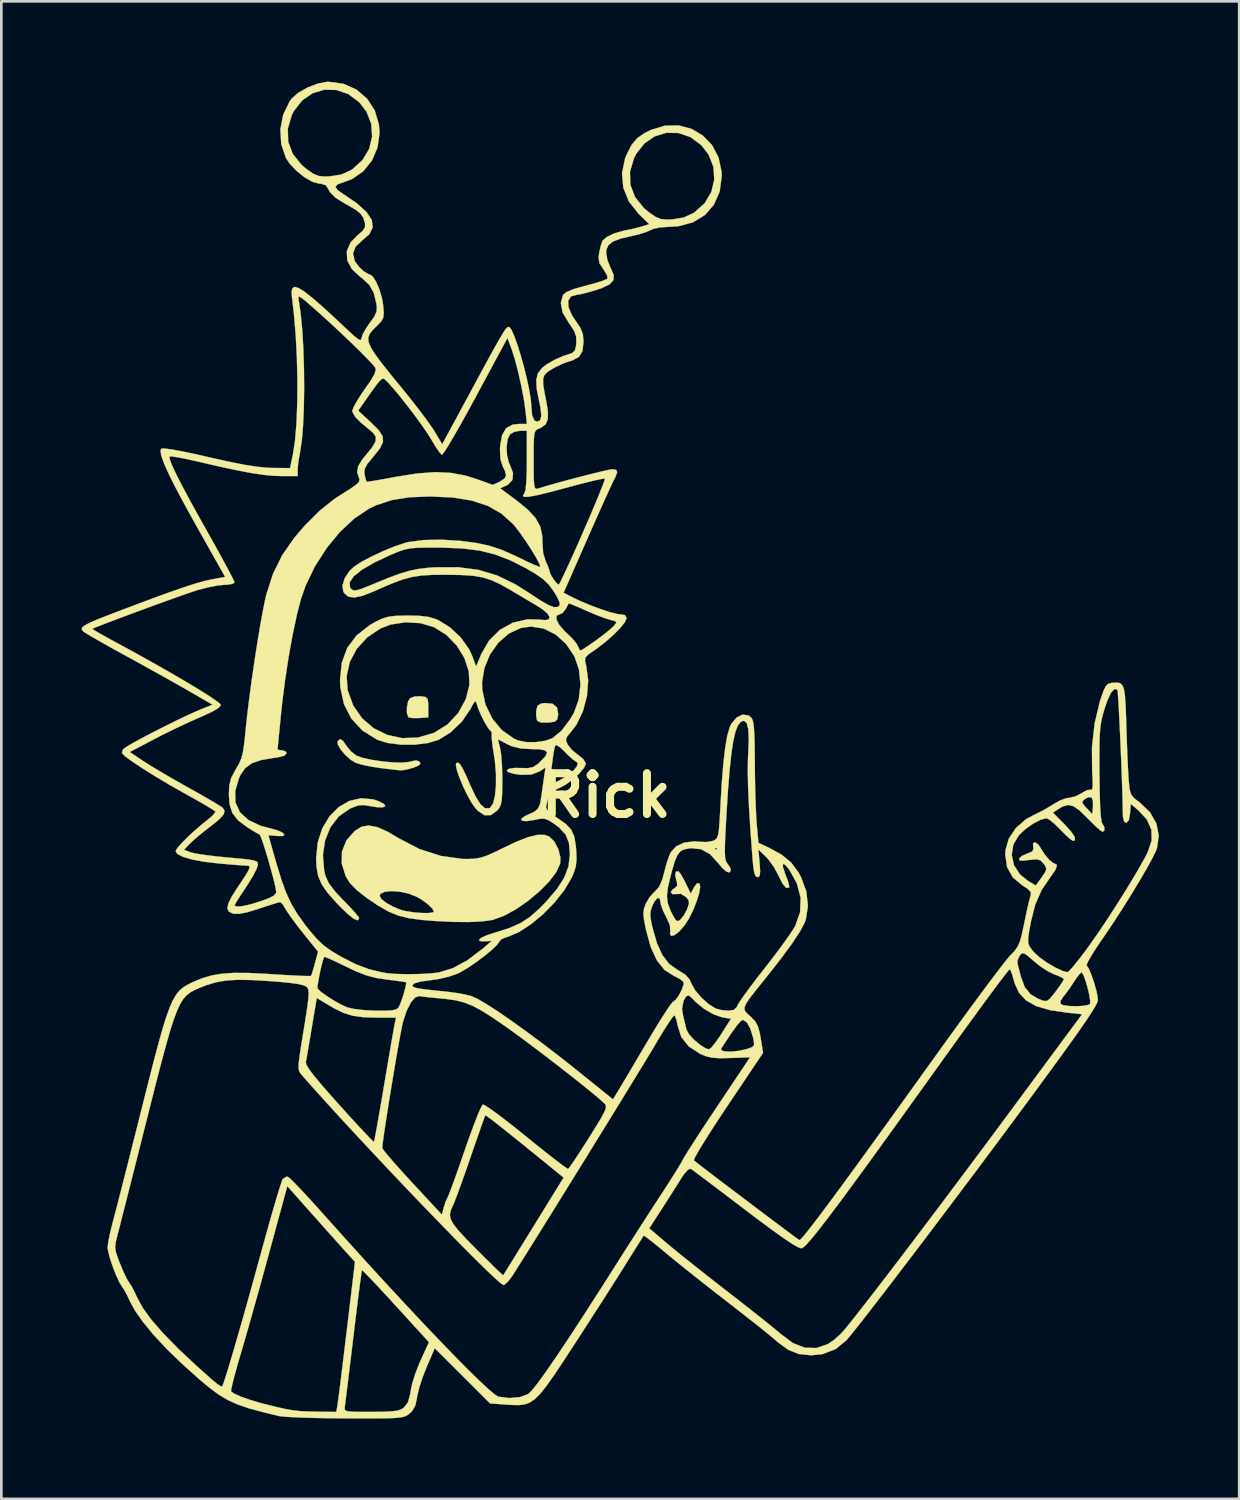
<source format=kicad_pcb>
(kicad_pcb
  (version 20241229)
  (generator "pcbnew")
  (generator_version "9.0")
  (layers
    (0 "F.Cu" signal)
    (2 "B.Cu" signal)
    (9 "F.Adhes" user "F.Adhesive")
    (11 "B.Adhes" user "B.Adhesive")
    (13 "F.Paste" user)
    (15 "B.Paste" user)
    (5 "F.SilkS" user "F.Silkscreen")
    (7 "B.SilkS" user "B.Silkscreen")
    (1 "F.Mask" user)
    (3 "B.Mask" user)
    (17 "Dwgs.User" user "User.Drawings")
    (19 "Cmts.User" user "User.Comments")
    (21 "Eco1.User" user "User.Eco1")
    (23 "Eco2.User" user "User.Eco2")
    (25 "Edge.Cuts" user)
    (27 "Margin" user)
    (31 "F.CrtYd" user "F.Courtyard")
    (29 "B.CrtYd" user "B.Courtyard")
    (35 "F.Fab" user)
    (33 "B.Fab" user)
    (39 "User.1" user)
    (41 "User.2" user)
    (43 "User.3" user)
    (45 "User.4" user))
  (footprint "Rick"
    (layer "F.Cu")
    (at 19.598 26.674)
    (property "Reference" "Rick" (at 0 0 0) (layer "F.SilkS") (effects (font (size 1.524 1.524) (thickness 0.3))))
    (attr through_hole)
    (fp_poly (pts (xy -6.927 -3.71) (xy -6.754 -3.683) (xy -6.673 -3.613) (xy -6.648 -3.451) (xy -6.646 -3.302) (xy -6.646 -2.921) (xy -6.988 -2.896) (xy -7.218 -2.894) (xy -7.37 -2.919) (xy -7.39 -2.931) (xy -7.445 -3.08) (xy -7.445 -3.304) (xy -7.399 -3.521) (xy -7.329 -3.636) (xy -7.164 -3.699) (xy -6.934 -3.711) (xy -6.927 -3.71)) (stroke (width 0.01) (type solid)) (fill yes) (layer "F.SilkS"))
    (fp_poly (pts (xy -2.007 -3.432) (xy -1.837 -3.295) (xy -1.792 -3.043) (xy -1.795 -3.013) (xy -1.826 -2.847) (xy -1.91 -2.766) (xy -2.099 -2.732) (xy -2.181 -2.726) (xy -2.442 -2.729) (xy -2.572 -2.793) (xy -2.589 -2.824) (xy -2.616 -2.999) (xy -2.61 -3.189) (xy -2.563 -3.36) (xy -2.438 -3.435) (xy -2.302 -3.456) (xy -2.007 -3.432)) (stroke (width 0.01) (type solid)) (fill yes) (layer "F.SilkS"))
    (fp_poly (pts (xy -9.838 -2.051) (xy -9.708 -1.862) (xy -9.534 -1.647) (xy -9.329 -1.491) (xy -9.092 -1.407) (xy -8.751 -1.333) (xy -8.357 -1.275) (xy -7.963 -1.239) (xy -7.618 -1.23) (xy -7.374 -1.254) (xy -7.335 -1.266) (xy -7.1 -1.317) (xy -6.965 -1.262) (xy -6.943 -1.184) (xy -7.016 -1.118) (xy -7.195 -1.043) (xy -7.42 -0.979) (xy -7.629 -0.943) (xy -7.705 -0.943) (xy -7.847 -0.958) (xy -8.105 -0.988) (xy -8.425 -1.027) (xy -8.46 -1.032) (xy -8.812 -1.087) (xy -9.133 -1.155) (xy -9.356 -1.223) (xy -9.359 -1.224) (xy -9.559 -1.347) (xy -9.761 -1.531) (xy -9.93 -1.736) (xy -10.031 -1.919) (xy -10.035 -2.028) (xy -9.944 -2.109) (xy -9.838 -2.051)) (stroke (width 0.01) (type solid)) (fill yes) (layer "F.SilkS"))
    (fp_poly (pts (xy -8.695 0.144) (xy -8.491 0.214) (xy -8.295 0.32) (xy -8.252 0.399) (xy -8.347 0.441) (xy -8.566 0.435) (xy -8.771 0.401) (xy -9.055 0.355) (xy -9.269 0.371) (xy -9.507 0.459) (xy -9.596 0.501) (xy -9.998 0.786) (xy -10.304 1.187) (xy -10.502 1.676) (xy -10.583 2.224) (xy -10.536 2.802) (xy -10.489 3.002) (xy -10.37 3.263) (xy -10.135 3.577) (xy -9.812 3.921) (xy -9.563 4.178) (xy -9.367 4.394) (xy -9.25 4.54) (xy -9.229 4.581) (xy -9.278 4.662) (xy -9.423 4.608) (xy -9.66 4.421) (xy -9.987 4.103) (xy -10.059 4.027) (xy -10.401 3.643) (xy -10.629 3.315) (xy -10.763 2.998) (xy -10.825 2.647) (xy -10.837 2.336) (xy -10.776 1.746) (xy -10.604 1.221) (xy -10.338 0.778) (xy -9.996 0.432) (xy -9.596 0.201) (xy -9.157 0.1) (xy -8.695 0.144)) (stroke (width 0.01) (type solid)) (fill yes) (layer "F.SilkS"))
    (fp_poly (pts (xy -8.553 1.178) (xy -8.161 1.353) (xy -7.737 1.604) (xy -6.983 1.996) (xy -6.179 2.255) (xy -5.368 2.367) (xy -5.199 2.371) (xy -4.922 2.36) (xy -4.68 2.319) (xy -4.421 2.23) (xy -4.091 2.079) (xy -3.922 1.995) (xy -3.36 1.727) (xy -2.917 1.554) (xy -2.573 1.469) (xy -2.309 1.468) (xy -2.133 1.529) (xy -1.938 1.717) (xy -1.787 2.003) (xy -1.709 2.317) (xy -1.719 2.545) (xy -1.864 2.861) (xy -2.133 3.215) (xy -2.495 3.581) (xy -2.916 3.934) (xy -3.367 4.246) (xy -3.813 4.49) (xy -4.224 4.642) (xy -4.259 4.65) (xy -4.633 4.702) (xy -5.141 4.726) (xy -5.748 4.72) (xy -6.42 4.685) (xy -6.885 4.647) (xy -7.364 4.584) (xy -7.767 4.485) (xy -8.144 4.328) (xy -8.55 4.093) (xy -8.944 3.825) (xy -9.043 3.748) (xy -8.466 3.748) (xy -8.391 3.872) (xy -8.201 4.02) (xy -7.941 4.163) (xy -7.656 4.276) (xy -7.507 4.314) (xy -7.188 4.364) (xy -6.88 4.388) (xy -6.624 4.388) (xy -6.466 4.362) (xy -6.435 4.333) (xy -6.501 4.214) (xy -6.672 4.052) (xy -6.9 3.885) (xy -7.082 3.78) (xy -7.384 3.663) (xy -7.71 3.593) (xy -8.019 3.57) (xy -8.274 3.595) (xy -8.432 3.67) (xy -8.466 3.748) (xy -9.043 3.748) (xy -9.321 3.531) (xy -9.575 3.268) (xy -9.727 3.026) (xy -9.881 2.544) (xy -9.871 2.087) (xy -9.701 1.669) (xy -9.392 1.32) (xy -9.144 1.166) (xy -8.873 1.118) (xy -8.553 1.178)) (stroke (width 0.01) (type solid)) (fill yes) (layer "F.SilkS"))
    (fp_poly (pts (xy -9.819 -26.594) (xy -9.329 -26.377) (xy -8.932 -26.037) (xy -8.646 -25.596) (xy -8.49 -25.07) (xy -8.467 -24.755) (xy -8.542 -24.213) (xy -8.751 -23.727) (xy -9.075 -23.325) (xy -9.492 -23.035) (xy -9.783 -22.926) (xy -10.031 -22.839) (xy -10.116 -22.745) (xy -10.038 -22.624) (xy -9.831 -22.479) (xy -9.31 -22.124) (xy -8.953 -21.8) (xy -8.757 -21.503) (xy -8.722 -21.23) (xy -8.845 -20.976) (xy -9.101 -20.753) (xy -9.363 -20.509) (xy -9.46 -20.245) (xy -9.393 -19.972) (xy -9.246 -19.766) (xy -9.058 -19.587) (xy -8.885 -19.484) (xy -8.842 -19.476) (xy -8.724 -19.397) (xy -8.595 -19.194) (xy -8.473 -18.91) (xy -8.377 -18.588) (xy -8.331 -18.318) (xy -8.308 -18.035) (xy -8.326 -17.856) (xy -8.406 -17.715) (xy -8.567 -17.548) (xy -8.586 -17.531) (xy -8.737 -17.378) (xy -8.841 -17.241) (xy -8.89 -17.1) (xy -8.875 -16.939) (xy -8.79 -16.737) (xy -8.626 -16.478) (xy -8.377 -16.142) (xy -8.034 -15.712) (xy -7.613 -15.198) (xy -7.284 -14.789) (xy -6.969 -14.384) (xy -6.696 -14.019) (xy -6.491 -13.728) (xy -6.417 -13.612) (xy -6.125 -13.127) (xy -5.039 -15.136) (xy -4.681 -15.799) (xy -4.394 -16.327) (xy -4.169 -16.736) (xy -3.997 -17.04) (xy -3.871 -17.254) (xy -3.78 -17.394) (xy -3.716 -17.472) (xy -3.669 -17.506) (xy -3.633 -17.509) (xy -3.621 -17.505) (xy -3.539 -17.405) (xy -3.434 -17.171) (xy -3.314 -16.836) (xy -3.188 -16.432) (xy -3.066 -15.992) (xy -2.957 -15.548) (xy -2.87 -15.132) (xy -2.813 -14.777) (xy -2.796 -14.548) (xy -2.766 -14.2) (xy -2.679 -14.01) (xy -2.582 -13.97) (xy -2.467 -14.021) (xy -2.424 -14.186) (xy -2.452 -14.48) (xy -2.507 -14.745) (xy -2.596 -15.199) (xy -2.612 -15.533) (xy -2.548 -15.78) (xy -2.397 -15.976) (xy -2.223 -16.11) (xy -1.925 -16.281) (xy -1.606 -16.421) (xy -1.503 -16.455) (xy -1.278 -16.532) (xy -1.169 -16.627) (xy -1.127 -16.798) (xy -1.117 -16.909) (xy -1.121 -17.144) (xy -1.189 -17.348) (xy -1.345 -17.59) (xy -1.392 -17.653) (xy -1.626 -18.048) (xy -1.694 -18.406) (xy -1.611 -18.707) (xy -1.476 -18.816) (xy -1.183 -18.933) (xy -0.763 -19.05) (xy -0.424 -19.14) (xy -0.15 -19.226) (xy 0.018 -19.294) (xy 0.051 -19.317) (xy 0.034 -19.428) (xy -0.065 -19.607) (xy -0.111 -19.672) (xy -0.249 -19.89) (xy -0.284 -20.093) (xy -0.26 -20.289) (xy -0.205 -20.53) (xy -0.148 -20.704) (xy -0.136 -20.729) (xy 0.026 -20.872) (xy 0.305 -21.005) (xy 0.646 -21.103) (xy 0.72 -21.117) (xy 1.021 -21.179) (xy 1.307 -21.254) (xy 1.333 -21.262) (xy 1.607 -21.349) (xy 1.203 -21.744) (xy 0.845 -22.203) (xy 0.639 -22.715) (xy 0.591 -23.256) (xy 0.603 -23.312) (xy 0.89 -23.312) (xy 0.904 -22.82) (xy 1.078 -22.361) (xy 1.41 -21.949) (xy 1.602 -21.789) (xy 1.846 -21.621) (xy 2.045 -21.539) (xy 2.279 -21.52) (xy 2.469 -21.528) (xy 2.895 -21.597) (xy 3.254 -21.761) (xy 3.298 -21.789) (xy 3.682 -22.134) (xy 3.93 -22.553) (xy 4.039 -23.015) (xy 4.007 -23.489) (xy 3.829 -23.945) (xy 3.556 -24.299) (xy 3.148 -24.602) (xy 2.702 -24.755) (xy 2.247 -24.762) (xy 1.813 -24.63) (xy 1.427 -24.364) (xy 1.118 -23.97) (xy 1.043 -23.823) (xy 0.89 -23.312) (xy 0.603 -23.312) (xy 0.706 -23.805) (xy 0.769 -23.959) (xy 0.953 -24.313) (xy 1.155 -24.557) (xy 1.429 -24.749) (xy 1.651 -24.861) (xy 2.182 -25.027) (xy 2.701 -25.039) (xy 3.185 -24.913) (xy 3.611 -24.661) (xy 3.957 -24.301) (xy 4.198 -23.845) (xy 4.312 -23.31) (xy 4.318 -23.147) (xy 4.242 -22.571) (xy 4.029 -22.081) (xy 3.691 -21.692) (xy 3.243 -21.417) (xy 2.7 -21.271) (xy 2.383 -21.251) (xy 2.041 -21.231) (xy 1.77 -21.176) (xy 1.669 -21.132) (xy 1.485 -21.051) (xy 1.204 -20.964) (xy 0.974 -20.911) (xy 0.54 -20.809) (xy 0.251 -20.699) (xy 0.082 -20.565) (xy 0.008 -20.392) (xy 0 -20.28) (xy 0.045 -20.011) (xy 0.155 -19.731) (xy 0.175 -19.695) (xy 0.284 -19.447) (xy 0.271 -19.254) (xy 0.123 -19.097) (xy -0.174 -18.956) (xy -0.391 -18.884) (xy -0.695 -18.796) (xy -0.948 -18.734) (xy -1.093 -18.711) (xy -1.312 -18.652) (xy -1.418 -18.49) (xy -1.407 -18.247) (xy -1.28 -17.947) (xy -1.143 -17.743) (xy -0.96 -17.474) (xy -0.871 -17.24) (xy -0.847 -16.964) (xy -0.847 -16.946) (xy -0.886 -16.606) (xy -1.022 -16.385) (xy -1.28 -16.25) (xy -1.391 -16.22) (xy -1.616 -16.14) (xy -1.893 -16.008) (xy -2.005 -15.946) (xy -2.191 -15.828) (xy -2.305 -15.713) (xy -2.356 -15.563) (xy -2.351 -15.343) (xy -2.296 -15.016) (xy -2.242 -14.751) (xy -2.175 -14.34) (xy -2.18 -14.055) (xy -2.265 -13.865) (xy -2.439 -13.741) (xy -2.503 -13.714) (xy -2.587 -13.677) (xy -2.644 -13.621) (xy -2.68 -13.517) (xy -2.7 -13.337) (xy -2.708 -13.051) (xy -2.709 -12.63) (xy -2.709 -12.527) (xy -2.708 -12.077) (xy -2.702 -11.771) (xy -2.686 -11.582) (xy -2.657 -11.487) (xy -2.611 -11.458) (xy -2.544 -11.471) (xy -2.235 -11.564) (xy -1.846 -11.675) (xy -1.413 -11.793) (xy -0.97 -11.91) (xy -0.549 -12.017) (xy -0.187 -12.106) (xy 0.083 -12.167) (xy 0.227 -12.192) (xy 0.232 -12.192) (xy 0.378 -12.168) (xy 0.412 -12.075) (xy 0.339 -11.886) (xy 0.291 -11.797) (xy 0.222 -11.655) (xy 0.095 -11.382) (xy -0.077 -11.002) (xy -0.285 -10.538) (xy -0.518 -10.015) (xy -0.715 -9.567) (xy -1.59 -7.578) (xy -1.313 -7.433) (xy -0.975 -7.271) (xy -0.589 -7.109) (xy -0.198 -6.963) (xy 0.153 -6.849) (xy 0.419 -6.783) (xy 0.51 -6.773) (xy 0.699 -6.743) (xy 0.761 -6.639) (xy 0.762 -6.622) (xy 0.698 -6.476) (xy 0.526 -6.261) (xy 0.275 -6.006) (xy -0.026 -5.741) (xy -0.346 -5.494) (xy -0.438 -5.431) (xy -0.661 -5.276) (xy -0.77 -5.164) (xy -0.791 -5.045) (xy -0.751 -4.868) (xy -0.746 -4.848) (xy -0.671 -4.309) (xy -0.716 -3.728) (xy -0.867 -3.155) (xy -1.112 -2.646) (xy -1.337 -2.351) (xy -1.474 -2.185) (xy -1.503 -2.06) (xy -1.439 -1.905) (xy -1.438 -1.903) (xy -1.287 -1.713) (xy -1.071 -1.532) (xy -1.042 -1.514) (xy -0.861 -1.366) (xy -0.766 -1.217) (xy -0.762 -1.189) (xy -0.829 -1.032) (xy -1.002 -0.827) (xy -1.241 -0.608) (xy -1.505 -0.413) (xy -1.755 -0.278) (xy -1.806 -0.259) (xy -2.044 -0.141) (xy -2.157 0.031) (xy -2.167 0.07) (xy -2.217 0.289) (xy -2.25 0.423) (xy -2.198 0.546) (xy -2.006 0.716) (xy -1.835 0.832) (xy -1.512 1.056) (xy -1.309 1.271) (xy -1.192 1.528) (xy -1.133 1.882) (xy -1.119 2.048) (xy -1.106 2.397) (xy -1.137 2.661) (xy -1.225 2.922) (xy -1.297 3.082) (xy -1.565 3.536) (xy -1.928 3.994) (xy -2.352 4.428) (xy -2.806 4.806) (xy -3.255 5.099) (xy -3.668 5.276) (xy -3.741 5.295) (xy -3.918 5.369) (xy -3.995 5.46) (xy -4.081 5.583) (xy -4.275 5.769) (xy -4.543 5.99) (xy -4.849 6.22) (xy -5.16 6.431) (xy -5.439 6.597) (xy -5.546 6.651) (xy -5.861 6.761) (xy -6.253 6.853) (xy -6.577 6.901) (xy -6.932 6.95) (xy -7.157 7.014) (xy -7.228 7.07) (xy -7.234 7.118) (xy -7.196 7.156) (xy -7.091 7.19) (xy -6.896 7.224) (xy -6.587 7.262) (xy -6.142 7.309) (xy -5.927 7.331) (xy -5.574 7.378) (xy -5.233 7.442) (xy -5.038 7.491) (xy -4.81 7.594) (xy -4.469 7.793) (xy -4.034 8.074) (xy -3.522 8.427) (xy -2.95 8.838) (xy -2.337 9.294) (xy -1.699 9.784) (xy -1.089 10.268) (xy 0.254 11.35) (xy 0.425 11.072) (xy 0.519 10.916) (xy 0.683 10.641) (xy 0.902 10.273) (xy 1.158 9.839) (xy 1.437 9.365) (xy 1.505 9.251) (xy 1.778 8.793) (xy 2.026 8.389) (xy 2.236 8.06) (xy 2.296 7.971) (xy 2.834 7.971) (xy 2.869 8.199) (xy 2.937 8.477) (xy 2.996 8.731) (xy 2.999 8.743) (xy 3.093 8.915) (xy 3.279 9.119) (xy 3.504 9.311) (xy 3.718 9.446) (xy 3.844 9.483) (xy 3.871 9.461) (xy 4.293 9.461) (xy 4.316 9.529) (xy 4.465 9.564) (xy 4.698 9.566) (xy 4.975 9.535) (xy 5.249 9.473) (xy 5.45 9.404) (xy 5.527 9.32) (xy 5.516 9.161) (xy 5.491 9.046) (xy 5.386 8.705) (xy 5.255 8.474) (xy 5.115 8.382) (xy 5.105 8.382) (xy 5.019 8.434) (xy 4.878 8.598) (xy 4.672 8.884) (xy 4.394 9.304) (xy 4.293 9.461) (xy 3.871 9.461) (xy 3.93 9.416) (xy 4.076 9.238) (xy 4.253 8.985) (xy 4.3 8.911) (xy 4.663 8.34) (xy 4.317 8.28) (xy 4.002 8.17) (xy 3.654 7.966) (xy 3.337 7.707) (xy 3.22 7.581) (xy 3.09 7.466) (xy 2.989 7.5) (xy 2.891 7.669) (xy 2.834 7.971) (xy 2.296 7.971) (xy 2.393 7.828) (xy 2.485 7.714) (xy 2.498 7.705) (xy 2.598 7.633) (xy 2.719 7.461) (xy 2.828 7.249) (xy 2.893 7.059) (xy 2.89 6.962) (xy 2.777 6.867) (xy 2.577 6.759) (xy 2.535 6.741) (xy 2.183 6.517) (xy 1.895 6.159) (xy 1.664 5.659) (xy 1.485 5.005) (xy 1.477 4.969) (xy 1.414 4.635) (xy 1.398 4.476) (xy 1.648 4.476) (xy 1.681 4.712) (xy 1.73 4.933) (xy 1.899 5.521) (xy 2.102 5.965) (xy 2.352 6.287) (xy 2.663 6.512) (xy 2.678 6.519) (xy 2.957 6.69) (xy 3.118 6.871) (xy 3.185 7.025) (xy 3.321 7.272) (xy 3.553 7.545) (xy 3.828 7.792) (xy 4.094 7.957) (xy 4.106 7.962) (xy 4.313 8.014) (xy 4.553 8.038) (xy 4.767 8.011) (xy 4.883 7.896) (xy 4.908 7.839) (xy 4.985 7.707) (xy 5.149 7.47) (xy 5.381 7.153) (xy 5.663 6.782) (xy 5.913 6.463) (xy 6.235 6.049) (xy 6.536 5.647) (xy 6.792 5.291) (xy 6.98 5.011) (xy 7.061 4.877) (xy 7.245 4.36) (xy 7.266 3.821) (xy 7.124 3.277) (xy 6.843 2.773) (xy 6.69 2.588) (xy 6.608 2.552) (xy 6.602 2.657) (xy 6.677 2.895) (xy 6.705 2.965) (xy 6.795 3.209) (xy 6.838 3.384) (xy 6.833 3.439) (xy 6.726 3.449) (xy 6.592 3.294) (xy 6.431 2.974) (xy 6.429 2.97) (xy 6.264 2.665) (xy 6.054 2.377) (xy 5.971 2.287) (xy 5.687 2.013) (xy 5.734 2.53) (xy 5.753 2.821) (xy 5.741 2.98) (xy 5.691 3.042) (xy 5.652 3.048) (xy 5.583 3.01) (xy 5.532 2.878) (xy 5.493 2.623) (xy 5.468 2.349) (xy 5.39 1.299) (xy 5.335 0.405) (xy 5.302 -0.344) (xy 5.29 -0.957) (xy 5.3 -1.446) (xy 5.307 -1.568) (xy 5.328 -2.106) (xy 5.309 -2.486) (xy 5.249 -2.713) (xy 5.147 -2.794) (xy 5.139 -2.794) (xy 5.022 -2.752) (xy 4.919 -2.618) (xy 4.829 -2.382) (xy 4.748 -2.032) (xy 4.677 -1.558) (xy 4.612 -0.949) (xy 4.551 -0.194) (xy 4.493 0.719) (xy 4.486 0.837) (xy 4.456 1.396) (xy 4.438 1.811) (xy 4.434 2.106) (xy 4.444 2.305) (xy 4.468 2.432) (xy 4.508 2.513) (xy 4.527 2.537) (xy 4.631 2.692) (xy 4.657 2.78) (xy 4.613 2.875) (xy 4.495 2.844) (xy 4.328 2.697) (xy 4.191 2.53) (xy 3.878 2.189) (xy 3.548 2.005) (xy 3.403 1.99) (xy 4.064 1.99) (xy 4.106 2.032) (xy 4.149 1.99) (xy 4.106 1.947) (xy 4.064 1.99) (xy 3.403 1.99) (xy 3.178 1.966) (xy 3.105 1.974) (xy 2.913 2.012) (xy 2.771 2.085) (xy 2.662 2.223) (xy 2.564 2.453) (xy 2.46 2.806) (xy 2.4 3.034) (xy 2.304 3.446) (xy 2.27 3.756) (xy 2.302 4.019) (xy 2.401 4.292) (xy 2.492 4.477) (xy 2.597 4.652) (xy 2.681 4.694) (xy 2.77 4.641) (xy 2.894 4.488) (xy 3.015 4.266) (xy 3.024 4.245) (xy 3.094 4.043) (xy 3.08 3.913) (xy 2.993 3.796) (xy 2.79 3.673) (xy 2.655 3.679) (xy 2.477 3.683) (xy 2.412 3.612) (xy 2.484 3.506) (xy 2.535 3.474) (xy 2.65 3.378) (xy 2.645 3.235) (xy 2.621 3.166) (xy 2.578 2.969) (xy 2.607 2.842) (xy 2.696 2.829) (xy 2.708 2.835) (xy 2.783 2.932) (xy 2.897 3.13) (xy 2.969 3.271) (xy 3.159 3.663) (xy 3.28 3.431) (xy 3.393 3.277) (xy 3.488 3.285) (xy 3.514 3.417) (xy 3.472 3.655) (xy 3.378 3.959) (xy 3.246 4.289) (xy 3.09 4.601) (xy 2.93 4.851) (xy 2.729 5.078) (xy 2.556 5.214) (xy 2.432 5.247) (xy 2.383 5.169) (xy 2.397 5.075) (xy 2.38 4.843) (xy 2.241 4.533) (xy 2.239 4.53) (xy 2.115 4.281) (xy 2.041 4.061) (xy 2.032 3.993) (xy 1.999 3.839) (xy 1.916 3.829) (xy 1.806 3.954) (xy 1.73 4.107) (xy 1.665 4.296) (xy 1.648 4.476) (xy 1.398 4.476) (xy 1.392 4.408) (xy 1.411 4.234) (xy 1.473 4.057) (xy 1.476 4.047) (xy 1.62 3.8) (xy 1.801 3.6) (xy 1.821 3.585) (xy 1.975 3.416) (xy 2.094 3.144) (xy 2.162 2.895) (xy 2.248 2.571) (xy 2.344 2.278) (xy 2.412 2.12) (xy 2.617 1.895) (xy 2.932 1.753) (xy 3.31 1.711) (xy 3.475 1.727) (xy 3.745 1.737) (xy 3.98 1.696) (xy 4.005 1.686) (xy 4.087 1.641) (xy 4.145 1.574) (xy 4.186 1.457) (xy 4.215 1.261) (xy 4.238 0.957) (xy 4.262 0.517) (xy 4.266 0.437) (xy 4.319 -0.468) (xy 4.38 -1.212) (xy 4.449 -1.803) (xy 4.528 -2.25) (xy 4.619 -2.56) (xy 4.674 -2.678) (xy 4.875 -2.915) (xy 5.101 -3.025) (xy 5.318 -2.993) (xy 5.405 -2.929) (xy 5.455 -2.858) (xy 5.493 -2.743) (xy 5.519 -2.562) (xy 5.536 -2.29) (xy 5.547 -1.903) (xy 5.553 -1.377) (xy 5.554 -1.203) (xy 5.56 -0.643) (xy 5.572 -0.086) (xy 5.589 0.423) (xy 5.609 0.841) (xy 5.626 1.074) (xy 5.689 1.767) (xy 6.083 1.95) (xy 6.556 2.208) (xy 6.906 2.496) (xy 7.175 2.855) (xy 7.283 3.051) (xy 7.479 3.586) (xy 7.539 4.125) (xy 7.461 4.626) (xy 7.415 4.752) (xy 7.243 5.076) (xy 6.954 5.516) (xy 6.549 6.069) (xy 6.03 6.732) (xy 5.934 6.851) (xy 5.608 7.255) (xy 5.379 7.55) (xy 5.236 7.76) (xy 5.171 7.908) (xy 5.174 8.018) (xy 5.237 8.114) (xy 5.35 8.219) (xy 5.389 8.252) (xy 5.561 8.426) (xy 5.668 8.614) (xy 5.741 8.88) (xy 5.773 9.059) (xy 5.863 9.61) (xy 4.535 11.59) (xy 4.194 12.103) (xy 3.89 12.572) (xy 3.635 12.976) (xy 3.44 13.299) (xy 3.315 13.522) (xy 3.274 13.627) (xy 3.275 13.631) (xy 3.375 13.711) (xy 3.585 13.873) (xy 3.884 14.102) (xy 4.252 14.383) (xy 4.668 14.698) (xy 5.111 15.033) (xy 5.56 15.372) (xy 5.995 15.7) (xy 6.394 15.999) (xy 6.737 16.256) (xy 7.003 16.454) (xy 7.172 16.576) (xy 7.221 16.61) (xy 7.283 16.564) (xy 7.423 16.403) (xy 7.643 16.126) (xy 7.946 15.731) (xy 8.333 15.214) (xy 8.806 14.573) (xy 9.367 13.805) (xy 10.018 12.908) (xy 10.761 11.879) (xy 11.597 10.716) (xy 12.207 9.866) (xy 12.71 9.167) (xy 13.194 8.5) (xy 13.648 7.879) (xy 14.06 7.321) (xy 14.42 6.838) (xy 14.718 6.446) (xy 14.859 6.265) (xy 15.365 6.265) (xy 15.406 6.422) (xy 15.469 6.666) (xy 15.497 6.773) (xy 15.639 7.158) (xy 15.851 7.42) (xy 16.129 7.586) (xy 16.32 7.665) (xy 16.448 7.679) (xy 16.561 7.609) (xy 16.709 7.434) (xy 16.802 7.311) (xy 16.964 7.09) (xy 17.073 6.923) (xy 17.103 6.859) (xy 17.03 6.8) (xy 16.848 6.718) (xy 16.755 6.686) (xy 16.502 6.565) (xy 16.206 6.37) (xy 15.989 6.195) (xy 15.764 5.998) (xy 15.626 5.902) (xy 15.541 5.892) (xy 15.47 5.954) (xy 15.451 5.979) (xy 15.37 6.155) (xy 15.365 6.265) (xy 14.859 6.265) (xy 14.941 6.159) (xy 15.08 5.993) (xy 15.101 5.972) (xy 15.259 5.807) (xy 15.37 5.652) (xy 15.454 5.465) (xy 15.527 5.204) (xy 15.608 4.827) (xy 15.626 4.741) (xy 15.705 4.361) (xy 15.779 4.034) (xy 15.837 3.802) (xy 15.865 3.715) (xy 15.863 3.604) (xy 15.742 3.48) (xy 15.556 3.361) (xy 15.196 3.062) (xy 14.98 2.677) (xy 14.912 2.217) (xy 15.152 2.217) (xy 15.236 2.598) (xy 15.455 2.941) (xy 15.763 3.19) (xy 16.053 3.361) (xy 16.274 3.053) (xy 16.406 2.858) (xy 16.446 2.736) (xy 16.402 2.625) (xy 16.346 2.546) (xy 16.235 2.427) (xy 16.103 2.382) (xy 15.888 2.395) (xy 15.793 2.408) (xy 15.548 2.435) (xy 15.437 2.417) (xy 15.428 2.357) (xy 15.528 2.259) (xy 15.721 2.173) (xy 15.735 2.169) (xy 15.921 2.09) (xy 15.967 1.984) (xy 15.958 1.942) (xy 15.947 1.786) (xy 16.022 1.745) (xy 16.137 1.821) (xy 16.208 1.923) (xy 16.38 2.194) (xy 16.559 2.408) (xy 16.71 2.528) (xy 16.756 2.54) (xy 16.843 2.593) (xy 16.8 2.749) (xy 16.63 3.004) (xy 16.604 3.036) (xy 16.267 3.536) (xy 16.031 4.074) (xy 15.874 4.693) (xy 15.802 5.075) (xy 15.766 5.333) (xy 15.77 5.508) (xy 15.819 5.641) (xy 15.918 5.775) (xy 16.007 5.877) (xy 16.205 6.056) (xy 16.48 6.249) (xy 16.78 6.424) (xy 17.052 6.552) (xy 17.237 6.601) (xy 17.316 6.537) (xy 17.473 6.358) (xy 17.688 6.09) (xy 17.941 5.755) (xy 18.057 5.595) (xy 18.402 5.103) (xy 18.779 4.539) (xy 19.163 3.941) (xy 19.531 3.349) (xy 19.86 2.799) (xy 20.125 2.33) (xy 20.224 2.141) (xy 20.38 1.691) (xy 20.372 1.275) (xy 20.198 0.89) (xy 19.879 0.547) (xy 19.6 0.313) (xy 19.574 0.664) (xy 19.529 0.919) (xy 19.441 1.015) (xy 19.426 1.016) (xy 19.346 0.962) (xy 19.308 0.782) (xy 19.301 0.614) (xy 19.296 0.292) (xy 19.285 -0.128) (xy 19.269 -0.619) (xy 19.249 -1.154) (xy 19.226 -1.708) (xy 19.202 -2.255) (xy 19.178 -2.767) (xy 19.155 -3.22) (xy 19.134 -3.586) (xy 19.115 -3.839) (xy 19.102 -3.954) (xy 19.1 -3.958) (xy 18.986 -3.98) (xy 18.859 -3.838) (xy 18.72 -3.537) (xy 18.622 -3.247) (xy 18.553 -3.011) (xy 18.502 -2.796) (xy 18.467 -2.571) (xy 18.444 -2.306) (xy 18.432 -1.97) (xy 18.428 -1.532) (xy 18.429 -0.963) (xy 18.43 -0.816) (xy 18.439 -0.135) (xy 18.456 0.397) (xy 18.481 0.775) (xy 18.513 0.992) (xy 18.534 1.042) (xy 18.614 1.18) (xy 18.614 1.308) (xy 18.548 1.355) (xy 18.457 1.297) (xy 18.284 1.144) (xy 18.061 0.925) (xy 17.985 0.847) (xy 17.689 0.558) (xy 17.458 0.397) (xy 17.258 0.351) (xy 17.055 0.409) (xy 16.919 0.489) (xy 16.693 0.638) (xy 17.11 1.057) (xy 17.366 1.339) (xy 17.504 1.545) (xy 17.518 1.666) (xy 17.445 1.693) (xy 17.35 1.636) (xy 17.179 1.484) (xy 16.969 1.272) (xy 16.967 1.27) (xy 16.751 1.056) (xy 16.566 0.904) (xy 16.453 0.847) (xy 16.234 0.903) (xy 15.954 1.049) (xy 15.666 1.252) (xy 15.424 1.478) (xy 15.422 1.48) (xy 15.213 1.833) (xy 15.152 2.217) (xy 14.912 2.217) (xy 14.911 2.208) (xy 14.919 2.043) (xy 15.041 1.614) (xy 15.304 1.217) (xy 15.679 0.889) (xy 15.982 0.724) (xy 16.304 0.566) (xy 16.627 0.379) (xy 16.72 0.318) (xy 16.774 0.288) (xy 17.799 0.288) (xy 17.905 0.42) (xy 17.949 0.467) (xy 18.161 0.693) (xy 18.188 0.42) (xy 18.186 0.209) (xy 18.144 0.076) (xy 18.141 0.074) (xy 18.023 0.059) (xy 17.902 0.12) (xy 17.801 0.207) (xy 17.799 0.288) (xy 16.774 0.288) (xy 16.973 0.176) (xy 17.216 0.094) (xy 17.295 0.085) (xy 17.529 0.034) (xy 17.767 -0.089) (xy 17.775 -0.095) (xy 17.961 -0.199) (xy 18.101 -0.22) (xy 18.114 -0.214) (xy 18.159 -0.233) (xy 18.178 -0.374) (xy 18.172 -0.653) (xy 18.157 -0.903) (xy 18.15 -1.798) (xy 18.25 -2.697) (xy 18.449 -3.53) (xy 18.475 -3.61) (xy 18.582 -3.913) (xy 18.668 -4.09) (xy 18.761 -4.177) (xy 18.886 -4.209) (xy 18.923 -4.213) (xy 19.081 -4.221) (xy 19.2 -4.2) (xy 19.285 -4.127) (xy 19.343 -3.982) (xy 19.382 -3.744) (xy 19.407 -3.39) (xy 19.426 -2.9) (xy 19.436 -2.576) (xy 19.453 -2.042) (xy 19.473 -1.524) (xy 19.494 -1.066) (xy 19.513 -0.706) (xy 19.526 -0.53) (xy 19.558 -0.234) (xy 19.612 -0.047) (xy 19.72 0.093) (xy 19.913 0.245) (xy 19.945 0.267) (xy 20.32 0.625) (xy 20.557 1.044) (xy 20.647 1.498) (xy 20.58 1.96) (xy 20.539 2.071) (xy 20.41 2.337) (xy 20.204 2.712) (xy 19.94 3.167) (xy 19.635 3.672) (xy 19.308 4.196) (xy 18.977 4.709) (xy 18.66 5.181) (xy 18.555 5.332) (xy 18.316 5.684) (xy 18.125 5.987) (xy 17.998 6.213) (xy 17.949 6.338) (xy 17.953 6.352) (xy 18.031 6.465) (xy 18.127 6.691) (xy 18.226 6.978) (xy 18.311 7.275) (xy 18.363 7.529) (xy 18.373 7.637) (xy 18.35 7.724) (xy 18.277 7.871) (xy 18.147 8.085) (xy 17.955 8.378) (xy 17.694 8.757) (xy 17.357 9.231) (xy 16.939 9.811) (xy 16.433 10.503) (xy 15.834 11.319) (xy 15.608 11.624) (xy 15.024 12.414) (xy 14.416 13.231) (xy 13.795 14.062) (xy 13.17 14.894) (xy 12.552 15.714) (xy 11.951 16.509) (xy 11.377 17.266) (xy 10.839 17.971) (xy 10.347 18.613) (xy 9.912 19.176) (xy 9.543 19.65) (xy 9.251 20.019) (xy 9.045 20.272) (xy 8.98 20.347) (xy 8.575 20.681) (xy 8.087 20.869) (xy 7.662 20.913) (xy 7.202 20.866) (xy 6.803 20.709) (xy 6.409 20.42) (xy 6.35 20.367) (xy 6.196 20.236) (xy 5.933 20.021) (xy 5.582 19.741) (xy 5.17 19.417) (xy 4.72 19.066) (xy 4.53 18.918) (xy 4.029 18.529) (xy 3.518 18.128) (xy 3.031 17.741) (xy 2.603 17.396) (xy 2.267 17.122) (xy 2.215 17.077) (xy 1.91 16.825) (xy 1.656 16.621) (xy 1.478 16.486) (xy 1.402 16.44) (xy 1.401 16.44) (xy 1.351 16.518) (xy 1.228 16.714) (xy 1.048 17.001) (xy 0.827 17.354) (xy 0.72 17.526) (xy 0.488 17.895) (xy 0.185 18.373) (xy -0.168 18.925) (xy -0.55 19.518) (xy -0.938 20.119) (xy -1.217 20.549) (xy -1.627 21.177) (xy -1.961 21.678) (xy -2.235 22.064) (xy -2.464 22.35) (xy -2.665 22.55) (xy -2.854 22.678) (xy -3.046 22.748) (xy -3.257 22.774) (xy -3.504 22.77) (xy -3.732 22.755) (xy -4.337 22.712) (xy -6.404 20.65) (xy -6.708 21.353) (xy -6.856 21.728) (xy -6.978 22.103) (xy -7.053 22.411) (xy -7.064 22.477) (xy -7.129 22.788) (xy -7.252 22.999) (xy -7.346 23.087) (xy -7.422 23.145) (xy -7.504 23.19) (xy -7.615 23.223) (xy -7.775 23.246) (xy -8.007 23.261) (xy -8.331 23.269) (xy -8.77 23.272) (xy -9.344 23.271) (xy -9.737 23.27) (xy -10.344 23.264) (xy -10.913 23.254) (xy -11.416 23.238) (xy -11.825 23.22) (xy -12.113 23.199) (xy -12.234 23.181) (xy -12.852 23.03) (xy -13.353 22.893) (xy -13.768 22.751) (xy -14.13 22.588) (xy -14.472 22.385) (xy -14.639 22.262) (xy -14.016 22.262) (xy -13.899 22.345) (xy -13.657 22.453) (xy -13.328 22.571) (xy -12.951 22.685) (xy -12.827 22.717) (xy -12.352 22.836) (xy -11.992 22.918) (xy -11.701 22.969) (xy -11.43 22.999) (xy -11.133 23.013) (xy -10.862 23.019) (xy -10.083 23.029) (xy -10.064 22.919) (xy -9.774 22.919) (xy -9.748 22.972) (xy -9.661 23.005) (xy -9.486 23.021) (xy -9.195 23.027) (xy -8.772 23.027) (xy -8.325 23.022) (xy -8.013 23.008) (xy -7.803 22.98) (xy -7.662 22.934) (xy -7.556 22.864) (xy -7.553 22.862) (xy -7.409 22.674) (xy -7.324 22.378) (xy -7.306 22.251) (xy -7.244 21.959) (xy -7.127 21.587) (xy -6.977 21.203) (xy -6.937 21.113) (xy -6.621 20.424) (xy -7.86 19.065) (xy -8.223 18.669) (xy -8.546 18.321) (xy -8.814 18.038) (xy -9.008 17.839) (xy -9.112 17.74) (xy -9.125 17.732) (xy -9.141 17.82) (xy -9.174 18.054) (xy -9.222 18.414) (xy -9.281 18.879) (xy -9.349 19.428) (xy -9.423 20.038) (xy -9.443 20.203) (xy -9.519 20.837) (xy -9.59 21.422) (xy -9.653 21.937) (xy -9.705 22.357) (xy -9.743 22.661) (xy -9.764 22.824) (xy -9.767 22.839) (xy -9.774 22.919) (xy -10.064 22.919) (xy -10.036 22.754) (xy -10.015 22.602) (xy -9.976 22.305) (xy -9.923 21.887) (xy -9.86 21.372) (xy -9.788 20.783) (xy -9.711 20.145) (xy -9.687 19.95) (xy -9.385 17.422) (xy -9.589 17.199) (xy -9.71 17.065) (xy -9.921 16.829) (xy -10.2 16.517) (xy -10.526 16.152) (xy -10.854 15.784) (xy -11.914 14.593) (xy -12.572 17.012) (xy -12.764 17.714) (xy -12.966 18.444) (xy -13.167 19.161) (xy -13.355 19.827) (xy -13.521 20.404) (xy -13.642 20.816) (xy -13.775 21.274) (xy -13.886 21.676) (xy -13.967 21.993) (xy -14.011 22.198) (xy -14.016 22.262) (xy -14.639 22.262) (xy -14.826 22.124) (xy -15.225 21.789) (xy -15.703 21.36) (xy -15.901 21.178) (xy -16.431 20.665) (xy -16.907 20.152) (xy -17.309 19.664) (xy -17.614 19.229) (xy -17.786 18.909) (xy -17.908 18.649) (xy -18.024 18.441) (xy -18.073 18.373) (xy -18.187 18.19) (xy -18.32 17.9) (xy -18.45 17.561) (xy -18.557 17.23) (xy -18.619 16.965) (xy -18.627 16.883) (xy -18.625 16.867) (xy -18.346 16.867) (xy -18.322 17.05) (xy -18.244 17.283) (xy -18.16 17.498) (xy -18.032 17.801) (xy -17.911 18.052) (xy -17.823 18.199) (xy -17.819 18.203) (xy -17.722 18.353) (xy -17.599 18.592) (xy -17.532 18.74) (xy -17.321 19.131) (xy -16.999 19.577) (xy -16.558 20.085) (xy -15.992 20.663) (xy -15.294 21.318) (xy -14.708 21.84) (xy -14.519 21.993) (xy -14.386 22.078) (xy -14.351 22.084) (xy -14.307 21.981) (xy -14.223 21.73) (xy -14.103 21.345) (xy -13.953 20.841) (xy -13.776 20.232) (xy -13.576 19.534) (xy -13.358 18.761) (xy -13.127 17.928) (xy -12.9 17.103) (xy -12.722 16.455) (xy -12.554 15.857) (xy -12.402 15.33) (xy -12.273 14.893) (xy -12.172 14.567) (xy -12.105 14.372) (xy -12.084 14.326) (xy -11.952 14.243) (xy -11.893 14.242) (xy -11.808 14.31) (xy -11.63 14.486) (xy -11.376 14.751) (xy -11.066 15.086) (xy -10.718 15.471) (xy -10.622 15.579) (xy -9.81 16.485) (xy -9.018 17.36) (xy -8.255 18.194) (xy -7.527 18.98) (xy -6.845 19.709) (xy -6.215 20.37) (xy -5.647 20.957) (xy -5.149 21.461) (xy -4.729 21.871) (xy -4.395 22.181) (xy -4.157 22.381) (xy -4.022 22.462) (xy -3.609 22.511) (xy -3.213 22.473) (xy -2.916 22.363) (xy -2.782 22.235) (xy -2.564 21.962) (xy -2.262 21.547) (xy -1.878 20.99) (xy -1.413 20.294) (xy -0.868 19.46) (xy -0.243 18.49) (xy 0.459 17.386) (xy 0.504 17.314) (xy 0.809 16.835) (xy 1.169 16.273) (xy 1.237 16.168) (xy 1.61 16.168) (xy 2.261 16.723) (xy 2.518 16.937) (xy 2.881 17.231) (xy 3.32 17.581) (xy 3.806 17.966) (xy 4.312 18.361) (xy 4.567 18.56) (xy 5.044 18.93) (xy 5.491 19.282) (xy 5.888 19.596) (xy 6.21 19.855) (xy 6.435 20.04) (xy 6.519 20.113) (xy 6.976 20.455) (xy 7.42 20.631) (xy 7.859 20.641) (xy 8.28 20.497) (xy 8.519 20.334) (xy 8.777 20.1) (xy 8.897 19.967) (xy 9.173 19.626) (xy 9.538 19.162) (xy 9.984 18.589) (xy 10.499 17.919) (xy 11.073 17.167) (xy 11.696 16.346) (xy 12.358 15.469) (xy 13.048 14.55) (xy 13.757 13.602) (xy 14.474 12.64) (xy 14.963 11.98) (xy 17.783 8.17) (xy 17.236 8.114) (xy 16.58 8.016) (xy 16.07 7.867) (xy 15.92 7.783) (xy 16.972 7.783) (xy 17.085 7.835) (xy 17.306 7.864) (xy 17.576 7.872) (xy 17.835 7.856) (xy 18.024 7.819) (xy 18.08 7.783) (xy 18.086 7.666) (xy 18.051 7.449) (xy 17.988 7.184) (xy 17.912 6.921) (xy 17.835 6.712) (xy 17.772 6.608) (xy 17.761 6.604) (xy 17.684 6.67) (xy 17.556 6.838) (xy 17.474 6.964) (xy 17.305 7.219) (xy 17.139 7.442) (xy 17.083 7.508) (xy 16.98 7.667) (xy 16.972 7.783) (xy 15.92 7.783) (xy 15.691 7.656) (xy 15.427 7.373) (xy 15.26 7.009) (xy 15.235 6.92) (xy 15.167 6.68) (xy 15.105 6.518) (xy 15.081 6.484) (xy 15.023 6.544) (xy 14.877 6.73) (xy 14.65 7.028) (xy 14.355 7.425) (xy 13.998 7.91) (xy 13.591 8.469) (xy 13.141 9.089) (xy 12.66 9.758) (xy 12.503 9.978) (xy 11.657 11.157) (xy 10.904 12.205) (xy 10.238 13.128) (xy 9.655 13.932) (xy 9.149 14.624) (xy 8.716 15.21) (xy 8.35 15.698) (xy 8.047 16.093) (xy 7.802 16.403) (xy 7.61 16.633) (xy 7.465 16.792) (xy 7.363 16.884) (xy 7.3 16.917) (xy 7.185 16.884) (xy 6.967 16.761) (xy 6.641 16.544) (xy 6.201 16.23) (xy 5.641 15.815) (xy 5.19 15.473) (xy 4.69 15.093) (xy 4.231 14.745) (xy 3.832 14.443) (xy 3.509 14.2) (xy 3.282 14.031) (xy 3.169 13.948) (xy 3.161 13.944) (xy 3.06 13.975) (xy 2.91 14.143) (xy 2.814 14.287) (xy 2.657 14.538) (xy 2.443 14.875) (xy 2.207 15.244) (xy 2.088 15.429) (xy 1.61 16.168) (xy 1.237 16.168) (xy 1.544 15.691) (xy 1.897 15.148) (xy 2.003 14.986) (xy 2.271 14.572) (xy 2.51 14.197) (xy 2.702 13.888) (xy 2.83 13.672) (xy 2.875 13.587) (xy 2.94 13.472) (xy 3.086 13.237) (xy 3.3 12.904) (xy 3.567 12.492) (xy 3.876 12.024) (xy 4.161 11.597) (xy 5.376 9.779) (xy 4.632 9.806) (xy 4.237 9.813) (xy 3.954 9.794) (xy 3.73 9.742) (xy 3.513 9.651) (xy 3.085 9.373) (xy 2.806 9.021) (xy 2.672 8.6) (xy 2.624 8.371) (xy 2.568 8.232) (xy 2.543 8.213) (xy 2.478 8.282) (xy 2.346 8.473) (xy 2.162 8.761) (xy 1.943 9.12) (xy 1.817 9.335) (xy 1.67 9.582) (xy 1.444 9.954) (xy 1.151 10.434) (xy 0.803 11.003) (xy 0.41 11.642) (xy -0.016 12.334) (xy -0.464 13.06) (xy -0.922 13.801) (xy -1.38 14.54) (xy -1.826 15.259) (xy -2.248 15.938) (xy -2.636 16.561) (xy -2.978 17.107) (xy -3.263 17.561) (xy -3.479 17.902) (xy -3.524 17.971) (xy -3.67 18.163) (xy -3.799 18.276) (xy -3.836 18.288) (xy -3.931 18.228) (xy -4.13 18.055) (xy -4.421 17.781) (xy -4.792 17.418) (xy -5.232 16.979) (xy -5.729 16.474) (xy -6.272 15.916) (xy -6.518 15.662) (xy -5.84 15.662) (xy -5.808 15.83) (xy -5.7 16.025) (xy -5.504 16.27) (xy -5.208 16.588) (xy -4.851 16.95) (xy -4.522 17.279) (xy -4.237 17.56) (xy -4.016 17.773) (xy -3.881 17.899) (xy -3.846 17.925) (xy -3.8 17.851) (xy -3.677 17.653) (xy -3.488 17.349) (xy -3.248 16.959) (xy -2.966 16.504) (xy -2.711 16.091) (xy -1.59 14.274) (xy -1.802 14.101) (xy -2.525 13.513) (xy -3.123 13.028) (xy -3.606 12.64) (xy -3.978 12.343) (xy -4.248 12.133) (xy -4.422 12.004) (xy -4.507 11.949) (xy -4.518 11.948) (xy -4.552 12.034) (xy -4.631 12.256) (xy -4.748 12.588) (xy -4.893 13.005) (xy -5.058 13.482) (xy -5.076 13.537) (xy -5.249 14.035) (xy -5.411 14.491) (xy -5.551 14.876) (xy -5.659 15.159) (xy -5.724 15.312) (xy -5.725 15.315) (xy -5.808 15.498) (xy -5.84 15.662) (xy -6.518 15.662) (xy -6.851 15.317) (xy -7.452 14.689) (xy -8.065 14.043) (xy -8.678 13.391) (xy -8.901 13.152) (xy -8.366 13.152) (xy -8.365 13.172) (xy -8.302 13.268) (xy -8.141 13.465) (xy -7.9 13.743) (xy -7.599 14.08) (xy -7.255 14.456) (xy -7.239 14.473) (xy -6.138 15.66) (xy -6.067 15.386) (xy -5.999 15.172) (xy -5.932 15.031) (xy -5.93 15.028) (xy -5.884 14.926) (xy -5.793 14.688) (xy -5.665 14.34) (xy -5.511 13.907) (xy -5.34 13.413) (xy -5.288 13.263) (xy -5.112 12.76) (xy -4.947 12.313) (xy -4.804 11.947) (xy -4.692 11.686) (xy -4.62 11.554) (xy -4.608 11.543) (xy -4.516 11.583) (xy -4.313 11.717) (xy -4.02 11.93) (xy -3.656 12.208) (xy -3.241 12.537) (xy -2.994 12.737) (xy -2.561 13.087) (xy -2.171 13.397) (xy -1.844 13.652) (xy -1.598 13.836) (xy -1.452 13.936) (xy -1.421 13.949) (xy -1.357 13.874) (xy -1.221 13.679) (xy -1.029 13.39) (xy -0.798 13.031) (xy -0.642 12.785) (xy -0.374 12.355) (xy -0.187 12.044) (xy -0.071 11.829) (xy -0.015 11.687) (xy -0.009 11.594) (xy -0.042 11.528) (xy -0.068 11.499) (xy -0.25 11.335) (xy -0.544 11.089) (xy -0.924 10.781) (xy -1.368 10.43) (xy -1.849 10.055) (xy -2.344 9.674) (xy -2.829 9.308) (xy -3.277 8.975) (xy -3.666 8.693) (xy -3.735 8.645) (xy -4.241 8.297) (xy -4.648 8.039) (xy -4.992 7.855) (xy -5.307 7.73) (xy -5.63 7.649) (xy -5.993 7.598) (xy -6.197 7.579) (xy -6.527 7.548) (xy -6.808 7.517) (xy -6.982 7.492) (xy -6.987 7.491) (xy -7.138 7.542) (xy -7.298 7.732) (xy -7.451 8.033) (xy -7.58 8.417) (xy -7.62 8.58) (xy -7.674 8.851) (xy -7.744 9.231) (xy -7.826 9.694) (xy -7.914 10.211) (xy -8.005 10.758) (xy -8.095 11.307) (xy -8.178 11.831) (xy -8.251 12.304) (xy -8.31 12.7) (xy -8.35 12.992) (xy -8.366 13.152) (xy -8.901 13.152) (xy -9.28 12.746) (xy -9.86 12.12) (xy -10.405 11.523) (xy -10.906 10.969) (xy -11.349 10.468) (xy -11.378 10.435) (xy -11.437 10.363) (xy -11.476 10.285) (xy -11.493 10.178) (xy -11.489 10.013) (xy -11.482 9.954) (xy -11.22 9.954) (xy -11.202 10.049) (xy -11.113 10.205) (xy -10.943 10.435) (xy -10.683 10.751) (xy -10.321 11.167) (xy -9.981 11.548) (xy -9.613 11.955) (xy -9.285 12.313) (xy -9.012 12.606) (xy -8.81 12.816) (xy -8.696 12.926) (xy -8.677 12.938) (xy -8.655 12.85) (xy -8.61 12.618) (xy -8.546 12.266) (xy -8.467 11.815) (xy -8.376 11.29) (xy -8.307 10.879) (xy -8.208 10.297) (xy -8.116 9.757) (xy -8.036 9.286) (xy -7.97 8.91) (xy -7.925 8.658) (xy -7.909 8.572) (xy -7.853 8.297) (xy -8.562 8.297) (xy -9.068 8.282) (xy -9.465 8.228) (xy -9.814 8.121) (xy -10.174 7.944) (xy -10.342 7.846) (xy -10.813 7.562) (xy -10.999 8.671) (xy -11.071 9.099) (xy -11.136 9.478) (xy -11.187 9.772) (xy -11.218 9.941) (xy -11.22 9.954) (xy -11.482 9.954) (xy -11.46 9.766) (xy -11.407 9.411) (xy -11.328 8.922) (xy -11.301 8.761) (xy -11.215 8.223) (xy -11.156 7.828) (xy -11.123 7.55) (xy -11.115 7.364) (xy -11.13 7.248) (xy -11.147 7.211) (xy -10.786 7.211) (xy -10.785 7.212) (xy -10.669 7.325) (xy -10.45 7.482) (xy -10.18 7.654) (xy -9.906 7.807) (xy -9.679 7.913) (xy -9.672 7.915) (xy -9.438 7.97) (xy -9.096 8.012) (xy -8.707 8.035) (xy -8.587 8.037) (xy -8.22 8.037) (xy -7.986 8.024) (xy -7.848 7.991) (xy -7.769 7.93) (xy -7.723 7.853) (xy -7.653 7.681) (xy -7.578 7.45) (xy -7.513 7.217) (xy -7.474 7.04) (xy -7.474 6.977) (xy -7.561 6.959) (xy -7.776 6.928) (xy -8.079 6.889) (xy -8.207 6.873) (xy -8.609 6.811) (xy -8.962 6.718) (xy -9.334 6.573) (xy -9.717 6.392) (xy -10.046 6.232) (xy -10.313 6.109) (xy -10.486 6.037) (xy -10.535 6.025) (xy -10.578 6.137) (xy -10.636 6.354) (xy -10.697 6.624) (xy -10.75 6.893) (xy -10.783 7.107) (xy -10.786 7.211) (xy -11.147 7.211) (xy -11.165 7.174) (xy -11.186 7.15) (xy -11.296 7.092) (xy -11.51 7.041) (xy -11.849 6.995) (xy -12.329 6.95) (xy -12.607 6.93) (xy -13.256 6.892) (xy -13.775 6.884) (xy -14.203 6.911) (xy -14.576 6.976) (xy -14.933 7.083) (xy -15.235 7.203) (xy -15.405 7.28) (xy -15.553 7.364) (xy -15.685 7.47) (xy -15.806 7.61) (xy -15.922 7.799) (xy -16.038 8.05) (xy -16.16 8.377) (xy -16.294 8.795) (xy -16.443 9.316) (xy -16.615 9.954) (xy -16.815 10.725) (xy -17.047 11.64) (xy -17.147 12.036) (xy -17.349 12.835) (xy -17.542 13.6) (xy -17.723 14.313) (xy -17.885 14.954) (xy -18.024 15.503) (xy -18.136 15.942) (xy -18.215 16.252) (xy -18.253 16.397) (xy -18.321 16.671) (xy -18.346 16.867) (xy -18.625 16.867) (xy -18.604 16.68) (xy -18.544 16.377) (xy -18.46 16.035) (xy -18.451 16) (xy -18.393 15.784) (xy -18.299 15.425) (xy -18.175 14.941) (xy -18.025 14.355) (xy -17.855 13.687) (xy -17.671 12.956) (xy -17.476 12.184) (xy -17.354 11.698) (xy -17.112 10.739) (xy -16.906 9.93) (xy -16.727 9.258) (xy -16.572 8.707) (xy -16.434 8.264) (xy -16.307 7.914) (xy -16.186 7.644) (xy -16.065 7.438) (xy -15.938 7.283) (xy -15.799 7.164) (xy -15.643 7.068) (xy -15.464 6.98) (xy -15.439 6.968) (xy -15.084 6.822) (xy -14.733 6.719) (xy -14.352 6.654) (xy -13.909 6.625) (xy -13.372 6.628) (xy -12.707 6.66) (xy -12.518 6.672) (xy -12.04 6.702) (xy -11.624 6.725) (xy -11.298 6.739) (xy -11.09 6.743) (xy -11.028 6.738) (xy -10.99 6.645) (xy -10.928 6.44) (xy -10.881 6.269) (xy -10.765 5.831) (xy -11.306 5.161) (xy -11.553 4.847) (xy -11.77 4.553) (xy -11.928 4.322) (xy -11.98 4.235) (xy -12.086 4.062) (xy -12.172 3.98) (xy -12.178 3.979) (xy -12.283 4.005) (xy -12.508 4.073) (xy -12.814 4.172) (xy -12.977 4.227) (xy -13.401 4.358) (xy -13.703 4.419) (xy -13.911 4.417) (xy -13.946 4.409) (xy -14.096 4.337) (xy -14.154 4.217) (xy -14.117 4.03) (xy -13.979 3.756) (xy -13.735 3.377) (xy -13.678 3.293) (xy -13.463 2.971) (xy -13.346 2.764) (xy -13.316 2.654) (xy -13.361 2.624) (xy -13.5 2.616) (xy -13.767 2.597) (xy -14.122 2.568) (xy -14.456 2.539) (xy -15.016 2.474) (xy -15.477 2.388) (xy -15.821 2.286) (xy -16.03 2.175) (xy -16.087 2.077) (xy -16.026 1.968) (xy -15.863 1.78) (xy -15.628 1.544) (xy -15.35 1.286) (xy -15.059 1.038) (xy -14.881 0.898) (xy -14.703 0.745) (xy -14.609 0.627) (xy -14.605 0.593) (xy -14.69 0.53) (xy -14.896 0.404) (xy -15.195 0.23) (xy -15.558 0.025) (xy -15.683 -0.044) (xy -16.283 -0.383) (xy -16.848 -0.718) (xy -17.348 -1.032) (xy -17.753 -1.303) (xy -17.983 -1.474) (xy -18.091 -1.589) (xy -18.063 -1.697) (xy -18.026 -1.745) (xy -17.915 -1.826) (xy -17.68 -1.964) (xy -17.351 -2.144) (xy -16.956 -2.351) (xy -16.527 -2.569) (xy -16.091 -2.785) (xy -15.679 -2.982) (xy -15.319 -3.146) (xy -15.079 -3.248) (xy -14.707 -3.395) (xy -15.587 -3.905) (xy -15.955 -4.115) (xy -16.428 -4.382) (xy -16.962 -4.679) (xy -17.512 -4.984) (xy -17.949 -5.223) (xy -18.41 -5.476) (xy -18.823 -5.708) (xy -19.165 -5.903) (xy -19.41 -6.048) (xy -19.535 -6.129) (xy -19.541 -6.134) (xy -19.593 -6.203) (xy -19.589 -6.229) (xy -19.198 -6.229) (xy -19.137 -6.184) (xy -18.956 -6.076) (xy -18.683 -5.923) (xy -18.394 -5.765) (xy -17.686 -5.381) (xy -17.008 -5.004) (xy -16.375 -4.645) (xy -15.803 -4.313) (xy -15.308 -4.017) (xy -14.905 -3.766) (xy -14.608 -3.569) (xy -14.435 -3.436) (xy -14.394 -3.383) (xy -14.474 -3.282) (xy -14.709 -3.139) (xy -15.092 -2.96) (xy -15.177 -2.925) (xy -15.589 -2.742) (xy -16.079 -2.512) (xy -16.574 -2.269) (xy -16.879 -2.112) (xy -17.798 -1.627) (xy -17.302 -1.293) (xy -17.049 -1.132) (xy -16.689 -0.914) (xy -16.261 -0.664) (xy -15.808 -0.406) (xy -15.621 -0.302) (xy -15.21 -0.071) (xy -14.846 0.137) (xy -14.559 0.308) (xy -14.375 0.423) (xy -14.327 0.459) (xy -14.258 0.57) (xy -14.29 0.701) (xy -14.437 0.87) (xy -14.712 1.098) (xy -14.821 1.181) (xy -15.108 1.404) (xy -15.37 1.625) (xy -15.55 1.792) (xy -15.774 2.026) (xy -15.528 2.12) (xy -15.353 2.163) (xy -15.05 2.212) (xy -14.657 2.262) (xy -14.217 2.308) (xy -14.139 2.314) (xy -13.681 2.356) (xy -13.366 2.39) (xy -13.168 2.423) (xy -13.061 2.463) (xy -13.019 2.516) (xy -13.015 2.589) (xy -13.017 2.607) (xy -13.072 2.763) (xy -13.202 3.012) (xy -13.383 3.309) (xy -13.462 3.428) (xy -13.65 3.712) (xy -13.795 3.94) (xy -13.876 4.078) (xy -13.885 4.103) (xy -13.811 4.148) (xy -13.606 4.135) (xy -13.297 4.068) (xy -12.911 3.95) (xy -12.907 3.949) (xy -12.589 3.831) (xy -12.407 3.733) (xy -12.334 3.639) (xy -12.329 3.589) (xy -12.357 3.421) (xy -12.421 3.15) (xy -12.509 2.814) (xy -12.612 2.449) (xy -12.718 2.093) (xy -12.815 1.785) (xy -12.895 1.561) (xy -12.944 1.459) (xy -12.947 1.457) (xy -13.052 1.401) (xy -13.249 1.284) (xy -13.403 1.187) (xy -13.755 0.924) (xy -13.97 0.648) (xy -14.074 0.31) (xy -14.097 -0.046) (xy -14.091 -0.166) (xy -13.861 -0.166) (xy -13.849 0.263) (xy -13.682 0.625) (xy -13.365 0.917) (xy -12.898 1.134) (xy -12.536 1.229) (xy -12.264 1.304) (xy -12.087 1.388) (xy -12.021 1.463) (xy -12.079 1.511) (xy -12.278 1.512) (xy -12.308 1.509) (xy -12.508 1.49) (xy -12.611 1.489) (xy -12.615 1.492) (xy -12.593 1.575) (xy -12.533 1.79) (xy -12.444 2.105) (xy -12.334 2.487) (xy -12.322 2.531) (xy -12.135 3.142) (xy -11.957 3.632) (xy -11.764 4.047) (xy -11.535 4.431) (xy -11.247 4.831) (xy -11.109 5.006) (xy -10.818 5.349) (xy -10.547 5.606) (xy -10.235 5.828) (xy -9.894 6.027) (xy -9.358 6.3) (xy -8.877 6.483) (xy -8.383 6.604) (xy -8.213 6.633) (xy -7.874 6.664) (xy -7.435 6.675) (xy -6.963 6.667) (xy -6.526 6.642) (xy -6.248 6.609) (xy -5.737 6.453) (xy -5.182 6.152) (xy -4.606 5.716) (xy -4.572 5.687) (xy -4.276 5.429) (xy -4.504 5.445) (xy -4.704 5.44) (xy -4.756 5.394) (xy -4.672 5.317) (xy -4.463 5.221) (xy -4.149 5.119) (xy -3.62 4.952) (xy -3.203 4.767) (xy -2.841 4.53) (xy -2.478 4.207) (xy -2.254 3.977) (xy -1.843 3.498) (xy -1.566 3.066) (xy -1.409 2.648) (xy -1.356 2.214) (xy -1.356 2.173) (xy -1.392 1.764) (xy -1.517 1.456) (xy -1.759 1.194) (xy -1.925 1.068) (xy -2.149 0.922) (xy -2.317 0.862) (xy -2.509 0.873) (xy -2.686 0.911) (xy -2.972 0.956) (xy -3.14 0.942) (xy -3.176 0.881) (xy -3.066 0.785) (xy -2.915 0.712) (xy -2.678 0.602) (xy -2.542 0.484) (xy -2.468 0.306) (xy -2.419 0.013) (xy -2.418 0.007) (xy -2.373 -0.322) (xy -2.342 -0.538) (xy -2.093 -0.538) (xy -2.08 -0.429) (xy -2.072 -0.423) (xy -1.974 -0.459) (xy -1.786 -0.547) (xy -1.711 -0.584) (xy -1.452 -0.743) (xy -1.239 -0.918) (xy -1.099 -1.082) (xy -1.057 -1.205) (xy -1.101 -1.252) (xy -1.228 -1.335) (xy -1.415 -1.502) (xy -1.537 -1.626) (xy -1.715 -1.796) (xy -1.848 -1.884) (xy -1.894 -1.881) (xy -1.919 -1.82) (xy -1.946 -1.702) (xy -1.979 -1.5) (xy -2.022 -1.186) (xy -2.079 -0.741) (xy -2.093 -0.538) (xy -2.342 -0.538) (xy -2.326 -0.65) (xy -2.316 -0.715) (xy -2.266 -1.049) (xy -2.484 -0.905) (xy -2.794 -0.784) (xy -3.196 -0.774) (xy -3.464 -0.816) (xy -3.663 -0.878) (xy -3.711 -0.945) (xy -3.626 -1.001) (xy -3.424 -1.032) (xy -3.205 -1.03) (xy -2.92 -1.024) (xy -2.731 -1.063) (xy -2.567 -1.17) (xy -2.472 -1.255) (xy -2.269 -1.467) (xy -2.205 -1.608) (xy -2.288 -1.692) (xy -2.525 -1.73) (xy -2.773 -1.736) (xy -3.193 -1.759) (xy -3.519 -1.84) (xy -3.694 -1.919) (xy -4.043 -2.103) (xy -3.958 -1.75) (xy -3.922 -1.512) (xy -3.895 -1.161) (xy -3.881 -0.754) (xy -3.879 -0.519) (xy -3.885 -0.114) (xy -3.902 0.159) (xy -3.936 0.339) (xy -3.995 0.464) (xy -4.074 0.561) (xy -4.308 0.731) (xy -4.543 0.736) (xy -4.787 0.575) (xy -4.899 0.453) (xy -5.047 0.237) (xy -5.206 -0.051) (xy -5.358 -0.372) (xy -5.489 -0.688) (xy -5.58 -0.96) (xy -5.616 -1.147) (xy -5.602 -1.205) (xy -5.538 -1.232) (xy -5.462 -1.175) (xy -5.363 -1.014) (xy -5.226 -0.729) (xy -5.086 -0.407) (xy -4.877 0.038) (xy -4.696 0.326) (xy -4.533 0.469) (xy -4.379 0.476) (xy -4.334 0.453) (xy -4.228 0.299) (xy -4.155 0.013) (xy -4.118 -0.372) (xy -4.118 -0.821) (xy -4.159 -1.299) (xy -4.192 -1.514) (xy -4.243 -1.845) (xy -4.273 -2.111) (xy -4.277 -2.27) (xy -4.272 -2.292) (xy -4.29 -2.39) (xy -4.318 -2.413) (xy -4.413 -2.526) (xy -4.542 -2.741) (xy -4.675 -3.005) (xy -4.784 -3.263) (xy -4.825 -3.387) (xy -4.864 -3.505) (xy -4.909 -3.513) (xy -4.985 -3.397) (xy -5.067 -3.241) (xy -5.391 -2.763) (xy -5.821 -2.354) (xy -6.258 -2.085) (xy -6.656 -1.963) (xy -7.148 -1.902) (xy -7.67 -1.902) (xy -8.159 -1.963) (xy -8.551 -2.084) (xy -9.1 -2.426) (xy -9.517 -2.871) (xy -9.796 -3.411) (xy -9.932 -4.036) (xy -9.945 -4.318) (xy -9.929 -4.467) (xy -9.696 -4.467) (xy -9.659 -3.934) (xy -9.452 -3.364) (xy -9.121 -2.888) (xy -8.69 -2.518) (xy -8.183 -2.267) (xy -7.624 -2.146) (xy -7.036 -2.166) (xy -6.444 -2.339) (xy -6.424 -2.348) (xy -5.928 -2.656) (xy -5.526 -3.085) (xy -5.244 -3.6) (xy -5.11 -4.133) (xy -5.114 -4.224) (xy -4.638 -4.224) (xy -4.632 -3.974) (xy -4.509 -3.398) (xy -4.258 -2.879) (xy -3.9 -2.448) (xy -3.458 -2.134) (xy -3.282 -2.056) (xy -2.983 -1.997) (xy -2.615 -1.997) (xy -2.258 -2.051) (xy -2.009 -2.142) (xy -1.672 -2.419) (xy -1.346 -2.85) (xy -1.206 -3.09) (xy -1.024 -3.588) (xy -0.96 -4.148) (xy -1.016 -4.708) (xy -1.185 -5.197) (xy -1.5 -5.668) (xy -1.892 -6.02) (xy -2.337 -6.24) (xy -2.809 -6.315) (xy -3.189 -6.261) (xy -3.639 -6.052) (xy -4.03 -5.711) (xy -4.341 -5.27) (xy -4.55 -4.764) (xy -4.638 -4.224) (xy -5.114 -4.224) (xy -5.132 -4.638) (xy -5.298 -5.142) (xy -5.587 -5.61) (xy -5.976 -6.007) (xy -6.435 -6.293) (xy -6.937 -6.441) (xy -7.496 -6.474) (xy -8.046 -6.391) (xy -8.43 -6.245) (xy -8.933 -5.907) (xy -9.32 -5.481) (xy -9.579 -4.993) (xy -9.696 -4.467) (xy -9.929 -4.467) (xy -9.878 -4.964) (xy -9.675 -5.515) (xy -9.328 -5.98) (xy -8.832 -6.369) (xy -8.598 -6.503) (xy -8.359 -6.614) (xy -8.134 -6.681) (xy -7.865 -6.715) (xy -7.495 -6.725) (xy -7.408 -6.726) (xy -6.971 -6.715) (xy -6.647 -6.676) (xy -6.382 -6.6) (xy -6.265 -6.551) (xy -5.83 -6.28) (xy -5.434 -5.907) (xy -5.129 -5.482) (xy -5.015 -5.241) (xy -4.859 -4.822) (xy -4.665 -5.289) (xy -4.372 -5.797) (xy -3.97 -6.192) (xy -3.487 -6.459) (xy -2.946 -6.584) (xy -2.538 -6.577) (xy -2.286 -6.555) (xy -2.159 -6.574) (xy -2.155 -6.58) (xy -1.857 -6.58) (xy -1.758 -6.383) (xy -1.567 -6.158) (xy -1.486 -6.082) (xy -1.272 -5.874) (xy -1.113 -5.684) (xy -1.057 -5.585) (xy -0.995 -5.45) (xy -0.958 -5.419) (xy -0.871 -5.464) (xy -0.685 -5.586) (xy -0.437 -5.758) (xy -0.392 -5.79) (xy -0.115 -5.996) (xy 0.124 -6.188) (xy 0.276 -6.326) (xy 0.281 -6.332) (xy 0.375 -6.45) (xy 0.352 -6.511) (xy 0.189 -6.557) (xy 0.156 -6.565) (xy -0.056 -6.63) (xy -0.36 -6.745) (xy -0.697 -6.888) (xy -0.752 -6.912) (xy -1.044 -7.042) (xy -1.268 -7.135) (xy -1.388 -7.177) (xy -1.399 -7.177) (xy -1.447 -7.093) (xy -1.516 -6.964) (xy -1.635 -6.818) (xy -1.739 -6.773) (xy -1.854 -6.72) (xy -1.857 -6.58) (xy -2.155 -6.58) (xy -2.119 -6.642) (xy -2.118 -6.671) (xy -2.188 -6.795) (xy -2.369 -6.954) (xy -2.52 -7.053) (xy -2.789 -7.213) (xy -3.137 -7.42) (xy -3.495 -7.632) (xy -3.556 -7.669) (xy -3.944 -7.889) (xy -4.28 -8.045) (xy -4.606 -8.149) (xy -4.969 -8.211) (xy -5.412 -8.241) (xy -5.969 -8.25) (xy -6.481 -8.246) (xy -6.893 -8.222) (xy -7.255 -8.167) (xy -7.612 -8.07) (xy -8.013 -7.92) (xy -8.506 -7.708) (xy -8.653 -7.641) (xy -9.087 -7.468) (xy -9.408 -7.399) (xy -9.636 -7.433) (xy -9.792 -7.571) (xy -9.821 -7.619) (xy -9.854 -7.843) (xy -9.814 -7.973) (xy -9.581 -7.973) (xy -9.572 -7.782) (xy -9.524 -7.715) (xy -9.448 -7.668) (xy -9.327 -7.67) (xy -9.131 -7.728) (xy -8.824 -7.849) (xy -8.707 -7.898) (xy -8.157 -8.125) (xy -7.716 -8.289) (xy -7.341 -8.4) (xy -6.99 -8.471) (xy -6.619 -8.513) (xy -6.392 -8.528) (xy -5.533 -8.531) (xy -4.773 -8.433) (xy -4.069 -8.222) (xy -3.377 -7.885) (xy -2.864 -7.559) (xy -2.453 -7.288) (xy -2.154 -7.117) (xy -1.945 -7.039) (xy -1.808 -7.047) (xy -1.732 -7.117) (xy -1.747 -7.23) (xy -1.84 -7.432) (xy -1.969 -7.647) (xy -2.149 -7.886) (xy -2.355 -8.086) (xy -2.632 -8.281) (xy -2.992 -8.491) (xy -3.582 -8.79) (xy -4.139 -9.006) (xy -4.71 -9.149) (xy -5.344 -9.23) (xy -6.088 -9.263) (xy -6.223 -9.264) (xy -6.697 -9.265) (xy -7.043 -9.259) (xy -7.302 -9.238) (xy -7.515 -9.197) (xy -7.722 -9.13) (xy -7.966 -9.03) (xy -8.053 -8.993) (xy -8.661 -8.707) (xy -9.122 -8.439) (xy -9.43 -8.193) (xy -9.581 -7.973) (xy -9.814 -7.973) (xy -9.771 -8.115) (xy -9.594 -8.387) (xy -9.429 -8.545) (xy -9.155 -8.725) (xy -8.772 -8.928) (xy -8.336 -9.132) (xy -7.902 -9.31) (xy -7.522 -9.438) (xy -7.383 -9.473) (xy -6.815 -9.547) (xy -6.142 -9.56) (xy -5.415 -9.513) (xy -4.868 -9.44) (xy -4.381 -9.338) (xy -3.929 -9.192) (xy -3.436 -8.976) (xy -3.281 -8.901) (xy -2.949 -8.739) (xy -2.681 -8.618) (xy -2.507 -8.549) (xy -2.456 -8.541) (xy -2.505 -8.679) (xy -2.63 -8.914) (xy -2.809 -9.21) (xy -3.017 -9.528) (xy -3.23 -9.831) (xy -3.424 -10.081) (xy -3.486 -10.151) (xy -3.912 -10.534) (xy -4.416 -10.822) (xy -5.017 -11.021) (xy -5.734 -11.136) (xy -6.586 -11.175) (xy -6.61 -11.175) (xy -7.372 -11.143) (xy -8.016 -11.038) (xy -8.58 -10.853) (xy -8.848 -10.727) (xy -9.404 -10.357) (xy -9.946 -9.852) (xy -10.447 -9.242) (xy -10.883 -8.561) (xy -11.23 -7.842) (xy -11.405 -7.34) (xy -11.561 -6.731) (xy -11.717 -5.995) (xy -11.865 -5.174) (xy -11.997 -4.311) (xy -12.107 -3.448) (xy -12.148 -3.057) (xy -12.192 -2.607) (xy -12.23 -2.221) (xy -12.258 -1.927) (xy -12.274 -1.755) (xy -12.277 -1.724) (xy -12.205 -1.699) (xy -12.107 -1.693) (xy -11.97 -1.645) (xy -11.938 -1.578) (xy -12.022 -1.491) (xy -12.273 -1.426) (xy -12.404 -1.408) (xy -12.888 -1.328) (xy -13.237 -1.208) (xy -13.484 -1.028) (xy -13.664 -0.769) (xy -13.717 -0.655) (xy -13.861 -0.166) (xy -14.091 -0.166) (xy -14.08 -0.389) (xy -14.011 -0.655) (xy -13.866 -0.936) (xy -13.831 -0.993) (xy -13.716 -1.193) (xy -13.633 -1.385) (xy -13.573 -1.61) (xy -13.527 -1.91) (xy -13.482 -2.326) (xy -13.469 -2.467) (xy -13.412 -3.006) (xy -13.335 -3.634) (xy -13.243 -4.318) (xy -13.14 -5.022) (xy -13.033 -5.713) (xy -12.926 -6.355) (xy -12.824 -6.915) (xy -12.734 -7.356) (xy -12.697 -7.514) (xy -12.45 -8.281) (xy -12.105 -8.979) (xy -11.636 -9.651) (xy -11.25 -10.099) (xy -10.706 -10.641) (xy -10.169 -11.07) (xy -9.858 -11.274) (xy -9.53 -11.479) (xy -9.528 -11.481) (xy -3.961 -11.481) (xy -3.36 -11.035) (xy -2.928 -10.684) (xy -2.635 -10.365) (xy -2.461 -10.048) (xy -2.387 -9.703) (xy -2.382 -9.483) (xy -2.355 -9.062) (xy -2.257 -8.746) (xy -2.163 -8.54) (xy -2.117 -8.392) (xy -2.117 -8.381) (xy -2.072 -8.256) (xy -1.969 -8.085) (xy -1.853 -7.937) (xy -1.773 -7.877) (xy -1.727 -7.95) (xy -1.624 -8.158) (xy -1.473 -8.481) (xy -1.283 -8.897) (xy -1.064 -9.385) (xy -0.865 -9.838) (xy -0.633 -10.373) (xy -0.427 -10.857) (xy -0.258 -11.267) (xy -0.132 -11.582) (xy -0.06 -11.781) (xy -0.047 -11.844) (xy -0.138 -11.836) (xy -0.365 -11.788) (xy -0.702 -11.708) (xy -1.12 -11.6) (xy -1.535 -11.489) (xy -2.132 -11.33) (xy -2.578 -11.223) (xy -2.884 -11.166) (xy -3.059 -11.158) (xy -3.114 -11.197) (xy -3.059 -11.283) (xy -3.055 -11.287) (xy -3.015 -11.414) (xy -2.985 -11.69) (xy -2.968 -12.099) (xy -2.963 -12.505) (xy -2.963 -13.631) (xy -3.211 -13.631) (xy -3.439 -13.587) (xy -3.592 -13.498) (xy -3.682 -13.313) (xy -3.72 -13.031) (xy -3.704 -12.718) (xy -3.636 -12.44) (xy -3.598 -12.361) (xy -3.479 -12.047) (xy -3.503 -11.792) (xy -3.669 -11.614) (xy -3.716 -11.59) (xy -3.961 -11.481) (xy -9.528 -11.481) (xy -9.329 -11.624) (xy -9.231 -11.727) (xy -9.214 -11.812) (xy -9.232 -11.859) (xy -9.305 -12.086) (xy -9.264 -12.313) (xy -9.095 -12.579) (xy -8.987 -12.709) (xy -8.741 -13.01) (xy -8.617 -13.231) (xy -8.609 -13.403) (xy -8.713 -13.558) (xy -8.824 -13.653) (xy -9.168 -13.936) (xy -9.379 -14.152) (xy -9.474 -14.321) (xy -9.482 -14.381) (xy -9.265 -14.381) (xy -8.771 -13.925) (xy -8.495 -13.648) (xy -8.351 -13.422) (xy -8.338 -13.21) (xy -8.455 -12.969) (xy -8.7 -12.661) (xy -8.732 -12.624) (xy -8.927 -12.385) (xy -9.019 -12.211) (xy -9.033 -12.051) (xy -9.023 -11.988) (xy -8.982 -11.807) (xy -8.953 -11.722) (xy -8.867 -11.73) (xy -8.646 -11.765) (xy -8.322 -11.822) (xy -7.925 -11.895) (xy -7.832 -11.912) (xy -7.055 -12.035) (xy -6.394 -12.084) (xy -5.809 -12.058) (xy -5.262 -11.956) (xy -4.868 -11.834) (xy -4.579 -11.731) (xy -4.361 -11.652) (xy -4.254 -11.613) (xy -4.25 -11.611) (xy -4.166 -11.638) (xy -3.995 -11.718) (xy -3.975 -11.729) (xy -3.797 -11.841) (xy -3.738 -11.961) (xy -3.787 -12.143) (xy -3.862 -12.294) (xy -3.951 -12.57) (xy -3.968 -12.938) (xy -3.961 -13.065) (xy -3.891 -13.464) (xy -3.74 -13.724) (xy -3.496 -13.858) (xy -3.25 -13.885) (xy -2.962 -13.885) (xy -3.013 -14.372) (xy -3.074 -14.8) (xy -3.171 -15.305) (xy -3.288 -15.828) (xy -3.414 -16.308) (xy -3.534 -16.685) (xy -3.543 -16.71) (xy -3.689 -17.094) (xy -4.871 -14.899) (xy -5.173 -14.344) (xy -5.452 -13.843) (xy -5.698 -13.413) (xy -5.899 -13.073) (xy -6.046 -12.841) (xy -6.128 -12.734) (xy -6.138 -12.73) (xy -6.219 -12.812) (xy -6.352 -13.003) (xy -6.509 -13.264) (xy -6.522 -13.286) (xy -6.676 -13.534) (xy -6.891 -13.845) (xy -7.145 -14.193) (xy -7.418 -14.551) (xy -7.688 -14.893) (xy -7.936 -15.192) (xy -8.139 -15.422) (xy -8.278 -15.556) (xy -8.322 -15.579) (xy -8.378 -15.564) (xy -8.45 -15.506) (xy -8.556 -15.379) (xy -8.718 -15.16) (xy -8.95 -14.832) (xy -9.265 -14.381) (xy -9.482 -14.381) (xy -9.483 -14.384) (xy -9.435 -14.517) (xy -9.308 -14.746) (xy -9.125 -15.032) (xy -9.016 -15.188) (xy -8.788 -15.518) (xy -8.657 -15.746) (xy -8.61 -15.897) (xy -8.627 -15.985) (xy -8.722 -16.106) (xy -8.922 -16.319) (xy -9.202 -16.602) (xy -9.543 -16.934) (xy -9.921 -17.295) (xy -10.315 -17.661) (xy -10.702 -18.013) (xy -10.913 -18.2) (xy -11.196 -18.447) (xy -11.375 -18.592) (xy -11.47 -18.646) (xy -11.502 -18.619) (xy -11.492 -18.523) (xy -11.487 -18.497) (xy -11.413 -18.005) (xy -11.355 -17.395) (xy -11.314 -16.704) (xy -11.291 -15.966) (xy -11.284 -15.218) (xy -11.295 -14.495) (xy -11.324 -13.833) (xy -11.371 -13.267) (xy -11.437 -12.833) (xy -11.438 -12.827) (xy -11.492 -12.529) (xy -11.523 -12.26) (xy -11.527 -12.171) (xy -11.526 -11.938) (xy -12.146 -11.938) (xy -12.459 -11.949) (xy -12.816 -11.984) (xy -13.238 -12.048) (xy -13.749 -12.144) (xy -14.372 -12.276) (xy -15.13 -12.449) (xy -15.309 -12.491) (xy -15.69 -12.576) (xy -16.007 -12.638) (xy -16.227 -12.671) (xy -16.314 -12.67) (xy -16.309 -12.569) (xy -16.22 -12.335) (xy -16.046 -11.967) (xy -15.786 -11.463) (xy -15.439 -10.82) (xy -15.003 -10.037) (xy -14.873 -9.806) (xy -14.595 -9.309) (xy -14.348 -8.86) (xy -14.142 -8.479) (xy -13.989 -8.189) (xy -13.902 -8.01) (xy -13.885 -7.964) (xy -13.961 -7.909) (xy -14.155 -7.878) (xy -14.262 -7.874) (xy -14.523 -7.848) (xy -14.876 -7.778) (xy -15.255 -7.68) (xy -15.341 -7.653) (xy -15.572 -7.577) (xy -15.907 -7.46) (xy -16.32 -7.312) (xy -16.783 -7.145) (xy -17.27 -6.966) (xy -17.755 -6.787) (xy -18.21 -6.617) (xy -18.608 -6.467) (xy -18.924 -6.345) (xy -19.13 -6.262) (xy -19.198 -6.229) (xy -19.589 -6.229) (xy -19.583 -6.272) (xy -19.493 -6.351) (xy -19.306 -6.451) (xy -19.004 -6.581) (xy -18.569 -6.753) (xy -18.282 -6.863) (xy -17.441 -7.181) (xy -16.741 -7.441) (xy -16.164 -7.649) (xy -15.694 -7.81) (xy -15.315 -7.931) (xy -15.01 -8.016) (xy -14.763 -8.071) (xy -14.759 -8.072) (xy -14.236 -8.17) (xy -15.286 -10.033) (xy -15.725 -10.823) (xy -16.075 -11.478) (xy -16.339 -12.005) (xy -16.521 -12.411) (xy -16.624 -12.702) (xy -16.651 -12.887) (xy -16.624 -12.958) (xy -16.513 -12.968) (xy -16.252 -12.935) (xy -15.853 -12.862) (xy -15.33 -12.752) (xy -14.855 -12.644) (xy -14.124 -12.48) (xy -13.53 -12.362) (xy -13.049 -12.286) (xy -12.659 -12.248) (xy -12.488 -12.242) (xy -11.811 -12.234) (xy -11.705 -12.742) (xy -11.625 -13.265) (xy -11.571 -13.921) (xy -11.541 -14.677) (xy -11.536 -15.499) (xy -11.556 -16.353) (xy -11.6 -17.204) (xy -11.669 -18.02) (xy -11.738 -18.605) (xy -11.754 -18.819) (xy -11.725 -18.954) (xy -11.643 -19.005) (xy -11.497 -18.966) (xy -11.279 -18.831) (xy -10.978 -18.596) (xy -10.585 -18.254) (xy -10.09 -17.8) (xy -9.673 -17.408) (xy -9.414 -17.17) (xy -9.252 -17.043) (xy -9.168 -17.015) (xy -9.144 -17.075) (xy -9.144 -17.077) (xy -9.095 -17.235) (xy -8.967 -17.464) (xy -8.838 -17.648) (xy -8.664 -17.894) (xy -8.581 -18.077) (xy -8.57 -18.258) (xy -8.585 -18.377) (xy -8.683 -18.781) (xy -8.847 -19.077) (xy -9.113 -19.323) (xy -9.169 -19.364) (xy -9.501 -19.668) (xy -9.675 -19.999) (xy -9.691 -20.339) (xy -9.547 -20.668) (xy -9.301 -20.923) (xy -9.098 -21.099) (xy -9.011 -21.235) (xy -9.01 -21.379) (xy -9.018 -21.411) (xy -9.08 -21.598) (xy -9.181 -21.745) (xy -9.355 -21.885) (xy -9.638 -22.051) (xy -9.763 -22.119) (xy -10.122 -22.343) (xy -10.325 -22.551) (xy -10.363 -22.626) (xy -10.471 -22.801) (xy -10.652 -22.859) (xy -10.708 -22.86) (xy -10.962 -22.925) (xy -11.263 -23.096) (xy -11.567 -23.337) (xy -11.827 -23.613) (xy -11.967 -23.826) (xy -12.141 -24.339) (xy -12.173 -24.891) (xy -12.167 -24.921) (xy -11.894 -24.921) (xy -11.881 -24.428) (xy -11.707 -23.969) (xy -11.374 -23.557) (xy -11.183 -23.398) (xy -10.939 -23.229) (xy -10.74 -23.148) (xy -10.506 -23.129) (xy -10.316 -23.137) (xy -9.889 -23.205) (xy -9.531 -23.369) (xy -9.487 -23.397) (xy -9.103 -23.743) (xy -8.855 -24.162) (xy -8.745 -24.624) (xy -8.778 -25.098) (xy -8.955 -25.553) (xy -9.229 -25.908) (xy -9.637 -26.211) (xy -10.083 -26.363) (xy -10.537 -26.371) (xy -10.972 -26.239) (xy -11.358 -25.973) (xy -11.667 -25.578) (xy -11.742 -25.432) (xy -11.894 -24.921) (xy -12.167 -24.921) (xy -12.068 -25.436) (xy -11.829 -25.93) (xy -11.749 -26.041) (xy -11.507 -26.256) (xy -11.161 -26.453) (xy -10.78 -26.6) (xy -10.428 -26.668) (xy -10.381 -26.669) (xy -9.819 -26.594)) (stroke (width 0.01) (type solid)) (fill yes) (layer "F.SilkS")))
  (gr_rect
    (start -3 -3)
    (end 43.25 52.951)
    (stroke (width 0.1) (type default))
    (fill no)
    (layer "Edge.Cuts")))
</source>
